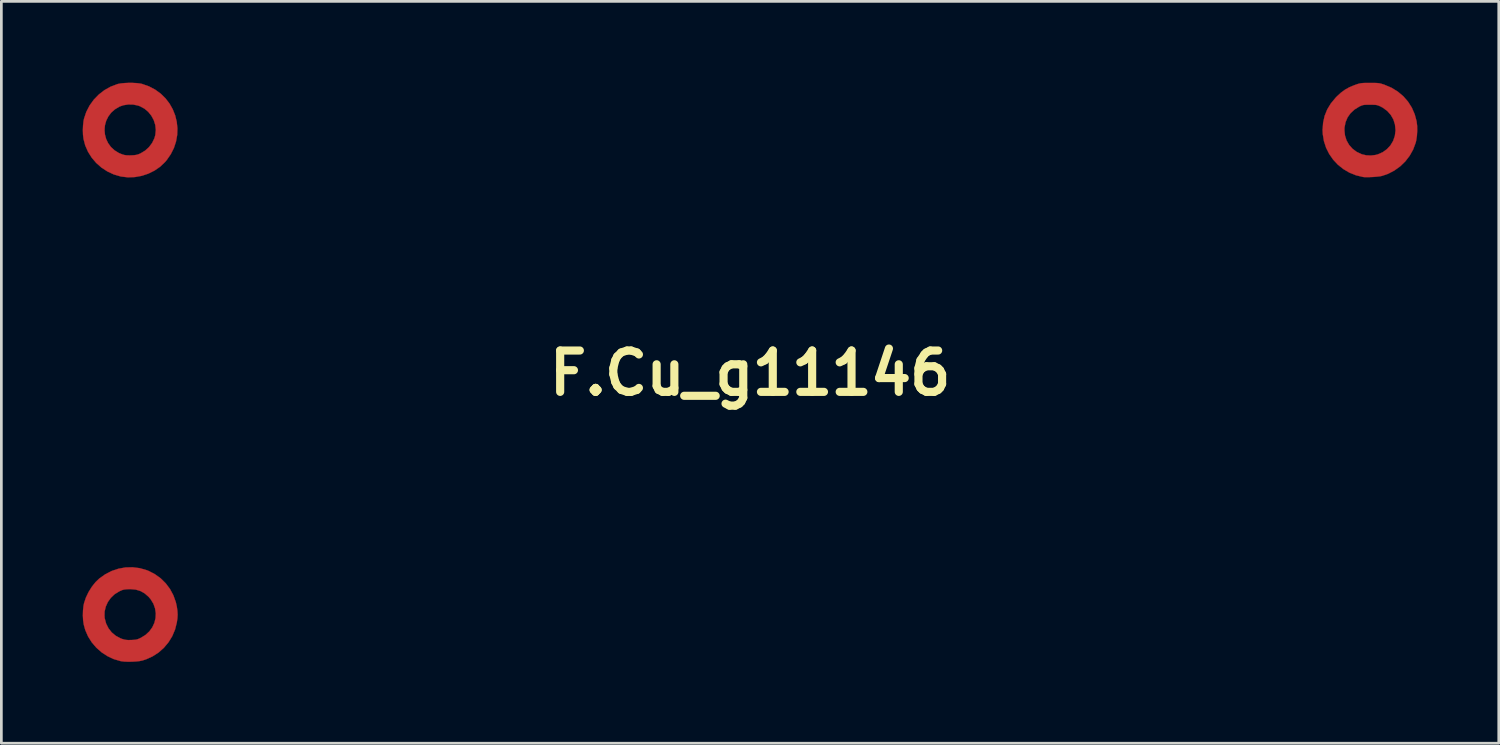
<source format=kicad_pcb>
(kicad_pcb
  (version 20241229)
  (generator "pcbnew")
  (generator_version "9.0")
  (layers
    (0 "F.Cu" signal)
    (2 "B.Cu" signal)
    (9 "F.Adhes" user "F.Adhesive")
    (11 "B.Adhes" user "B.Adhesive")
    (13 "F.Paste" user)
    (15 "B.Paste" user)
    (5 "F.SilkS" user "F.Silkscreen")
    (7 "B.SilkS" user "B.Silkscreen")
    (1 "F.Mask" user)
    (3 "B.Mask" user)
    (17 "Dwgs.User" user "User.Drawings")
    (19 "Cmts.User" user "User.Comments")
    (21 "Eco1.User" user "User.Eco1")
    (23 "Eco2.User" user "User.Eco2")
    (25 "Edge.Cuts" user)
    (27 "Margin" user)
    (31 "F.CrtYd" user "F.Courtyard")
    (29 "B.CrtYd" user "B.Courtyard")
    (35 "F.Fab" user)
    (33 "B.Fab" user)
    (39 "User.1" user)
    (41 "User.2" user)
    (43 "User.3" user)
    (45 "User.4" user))
  (footprint "F.Cu_g11146"
    (layer "F.Cu")
    (at 24.603 10.706)
    (property "Reference" "F.Cu_g11146" (at 0 0 0) (layer "F.SilkS") (effects (font (size 1.524 1.524) (thickness 0.3))))
    (attr through_hole)
    (fp_poly (pts (xy -22.757 -10.7) (xy -22.61 -10.692) (xy -22.483 -10.677) (xy -22.416 -10.662) (xy -22.161 -10.572) (xy -21.931 -10.451) (xy -21.727 -10.302) (xy -21.551 -10.129) (xy -21.403 -9.936) (xy -21.284 -9.725) (xy -21.195 -9.501) (xy -21.138 -9.266) (xy -21.113 -9.026) (xy -21.121 -8.782) (xy -21.164 -8.54) (xy -21.242 -8.301) (xy -21.358 -8.071) (xy -21.51 -7.852) (xy -21.568 -7.784) (xy -21.749 -7.611) (xy -21.957 -7.468) (xy -22.185 -7.355) (xy -22.428 -7.274) (xy -22.68 -7.229) (xy -22.935 -7.219) (xy -23.186 -7.248) (xy -23.209 -7.253) (xy -23.461 -7.327) (xy -23.696 -7.437) (xy -23.913 -7.579) (xy -24.106 -7.749) (xy -24.272 -7.944) (xy -24.408 -8.16) (xy -24.511 -8.393) (xy -24.574 -8.634) (xy -24.593 -8.788) (xy -24.598 -8.96) (xy -24.598 -8.97) (xy -23.8 -8.97) (xy -23.785 -8.8) (xy -23.741 -8.634) (xy -23.667 -8.479) (xy -23.564 -8.337) (xy -23.432 -8.215) (xy -23.272 -8.116) (xy -23.14 -8.062) (xy -23.062 -8.041) (xy -22.98 -8.03) (xy -22.879 -8.028) (xy -22.815 -8.029) (xy -22.71 -8.035) (xy -22.631 -8.046) (xy -22.562 -8.064) (xy -22.489 -8.094) (xy -22.471 -8.103) (xy -22.304 -8.203) (xy -22.16 -8.333) (xy -22.044 -8.488) (xy -21.961 -8.66) (xy -21.927 -8.78) (xy -21.909 -8.967) (xy -21.929 -9.151) (xy -21.985 -9.328) (xy -22.073 -9.491) (xy -22.189 -9.634) (xy -22.33 -9.752) (xy -22.494 -9.84) (xy -22.568 -9.866) (xy -22.745 -9.902) (xy -22.93 -9.905) (xy -23.107 -9.876) (xy -23.245 -9.828) (xy -23.415 -9.727) (xy -23.554 -9.604) (xy -23.661 -9.461) (xy -23.738 -9.305) (xy -23.784 -9.14) (xy -23.8 -8.97) (xy -24.598 -8.97) (xy -24.591 -9.136) (xy -24.573 -9.298) (xy -24.554 -9.387) (xy -24.47 -9.636) (xy -24.349 -9.869) (xy -24.195 -10.082) (xy -24.012 -10.271) (xy -23.804 -10.432) (xy -23.575 -10.561) (xy -23.329 -10.654) (xy -23.305 -10.661) (xy -23.199 -10.681) (xy -23.064 -10.694) (xy -22.912 -10.701) (xy -22.757 -10.7)) (stroke (width 0.01) (type solid)) (fill yes) (layer "F.Cu"))
    (fp_poly (pts (xy -22.502 7.189) (xy -22.247 7.262) (xy -22.185 7.286) (xy -21.947 7.408) (xy -21.732 7.562) (xy -21.545 7.746) (xy -21.387 7.956) (xy -21.262 8.189) (xy -21.172 8.44) (xy -21.135 8.605) (xy -21.113 8.763) (xy -21.105 8.901) (xy -21.113 9.039) (xy -21.135 9.192) (xy -21.201 9.453) (xy -21.304 9.697) (xy -21.442 9.921) (xy -21.61 10.122) (xy -21.805 10.296) (xy -22.026 10.439) (xy -22.268 10.549) (xy -22.406 10.593) (xy -22.509 10.614) (xy -22.641 10.628) (xy -22.789 10.636) (xy -22.937 10.638) (xy -23.074 10.632) (xy -23.185 10.619) (xy -23.201 10.616) (xy -23.454 10.543) (xy -23.69 10.433) (xy -23.908 10.291) (xy -24.102 10.12) (xy -24.27 9.923) (xy -24.407 9.705) (xy -24.51 9.469) (xy -24.566 9.267) (xy -24.589 9.109) (xy -24.596 8.973) (xy -23.801 8.973) (xy -23.793 9.037) (xy -23.741 9.232) (xy -23.653 9.407) (xy -23.533 9.559) (xy -23.383 9.683) (xy -23.207 9.777) (xy -23.159 9.795) (xy -23.08 9.819) (xy -23.007 9.833) (xy -22.924 9.839) (xy -22.816 9.837) (xy -22.815 9.837) (xy -22.714 9.832) (xy -22.64 9.824) (xy -22.576 9.807) (xy -22.508 9.779) (xy -22.455 9.753) (xy -22.286 9.648) (xy -22.147 9.519) (xy -22.038 9.369) (xy -21.962 9.205) (xy -21.919 9.031) (xy -21.91 8.853) (xy -21.936 8.674) (xy -21.997 8.501) (xy -22.096 8.338) (xy -22.174 8.246) (xy -22.318 8.12) (xy -22.475 8.031) (xy -22.648 7.979) (xy -22.843 7.961) (xy -22.905 7.962) (xy -23.006 7.968) (xy -23.082 7.978) (xy -23.147 7.995) (xy -23.217 8.025) (xy -23.266 8.049) (xy -23.43 8.151) (xy -23.567 8.282) (xy -23.677 8.436) (xy -23.754 8.606) (xy -23.797 8.787) (xy -23.801 8.973) (xy -24.596 8.973) (xy -24.598 8.931) (xy -24.593 8.749) (xy -24.575 8.579) (xy -24.554 8.477) (xy -24.486 8.273) (xy -24.388 8.068) (xy -24.267 7.874) (xy -24.129 7.701) (xy -23.993 7.571) (xy -23.771 7.413) (xy -23.533 7.291) (xy -23.282 7.208) (xy -23.024 7.162) (xy -22.763 7.156) (xy -22.502 7.189)) (stroke (width 0.01) (type solid)) (fill yes) (layer "F.Cu"))
    (fp_poly (pts (xy 22.978 -10.699) (xy 23.075 -10.697) (xy 23.149 -10.692) (xy 23.211 -10.683) (xy 23.27 -10.668) (xy 23.338 -10.647) (xy 23.389 -10.629) (xy 23.645 -10.52) (xy 23.876 -10.378) (xy 24.079 -10.207) (xy 24.252 -10.009) (xy 24.393 -9.786) (xy 24.499 -9.542) (xy 24.568 -9.285) (xy 24.588 -9.121) (xy 24.591 -8.937) (xy 24.58 -8.75) (xy 24.554 -8.576) (xy 24.533 -8.491) (xy 24.441 -8.244) (xy 24.312 -8.014) (xy 24.151 -7.805) (xy 23.961 -7.622) (xy 23.747 -7.469) (xy 23.512 -7.347) (xy 23.294 -7.272) (xy 23.22 -7.257) (xy 23.116 -7.245) (xy 22.995 -7.234) (xy 22.869 -7.228) (xy 22.751 -7.225) (xy 22.652 -7.226) (xy 22.595 -7.232) (xy 22.335 -7.294) (xy 22.092 -7.392) (xy 21.869 -7.523) (xy 21.668 -7.683) (xy 21.494 -7.869) (xy 21.348 -8.078) (xy 21.233 -8.306) (xy 21.153 -8.551) (xy 21.11 -8.808) (xy 21.103 -8.961) (xy 21.103 -8.966) (xy 21.907 -8.966) (xy 21.927 -8.766) (xy 21.985 -8.581) (xy 22.079 -8.416) (xy 22.205 -8.273) (xy 22.36 -8.157) (xy 22.544 -8.071) (xy 22.554 -8.067) (xy 22.711 -8.031) (xy 22.883 -8.023) (xy 23.052 -8.043) (xy 23.14 -8.066) (xy 23.321 -8.146) (xy 23.477 -8.259) (xy 23.606 -8.399) (xy 23.703 -8.562) (xy 23.766 -8.744) (xy 23.791 -8.939) (xy 23.791 -8.964) (xy 23.771 -9.165) (xy 23.713 -9.351) (xy 23.618 -9.518) (xy 23.489 -9.663) (xy 23.329 -9.782) (xy 23.241 -9.83) (xy 23.18 -9.858) (xy 23.128 -9.876) (xy 23.075 -9.888) (xy 23.009 -9.893) (xy 22.919 -9.895) (xy 22.849 -9.895) (xy 22.739 -9.895) (xy 22.661 -9.892) (xy 22.602 -9.884) (xy 22.552 -9.87) (xy 22.499 -9.848) (xy 22.455 -9.827) (xy 22.279 -9.718) (xy 22.134 -9.584) (xy 22.023 -9.427) (xy 21.949 -9.25) (xy 21.911 -9.057) (xy 21.907 -8.966) (xy 21.103 -8.966) (xy 21.122 -9.231) (xy 21.178 -9.484) (xy 21.273 -9.72) (xy 21.408 -9.943) (xy 21.583 -10.154) (xy 21.621 -10.194) (xy 21.777 -10.338) (xy 21.932 -10.452) (xy 22.097 -10.544) (xy 22.286 -10.621) (xy 22.31 -10.629) (xy 22.387 -10.656) (xy 22.451 -10.674) (xy 22.51 -10.687) (xy 22.575 -10.694) (xy 22.656 -10.698) (xy 22.763 -10.699) (xy 22.849 -10.699) (xy 22.978 -10.699)) (stroke (width 0.01) (type solid)) (fill yes) (layer "F.Cu")))
  (gr_rect
    (start -3 -3)
    (end 52.2 24.349)
    (stroke (width 0.1) (type default))
    (fill no)
    (layer "Edge.Cuts")))
</source>
